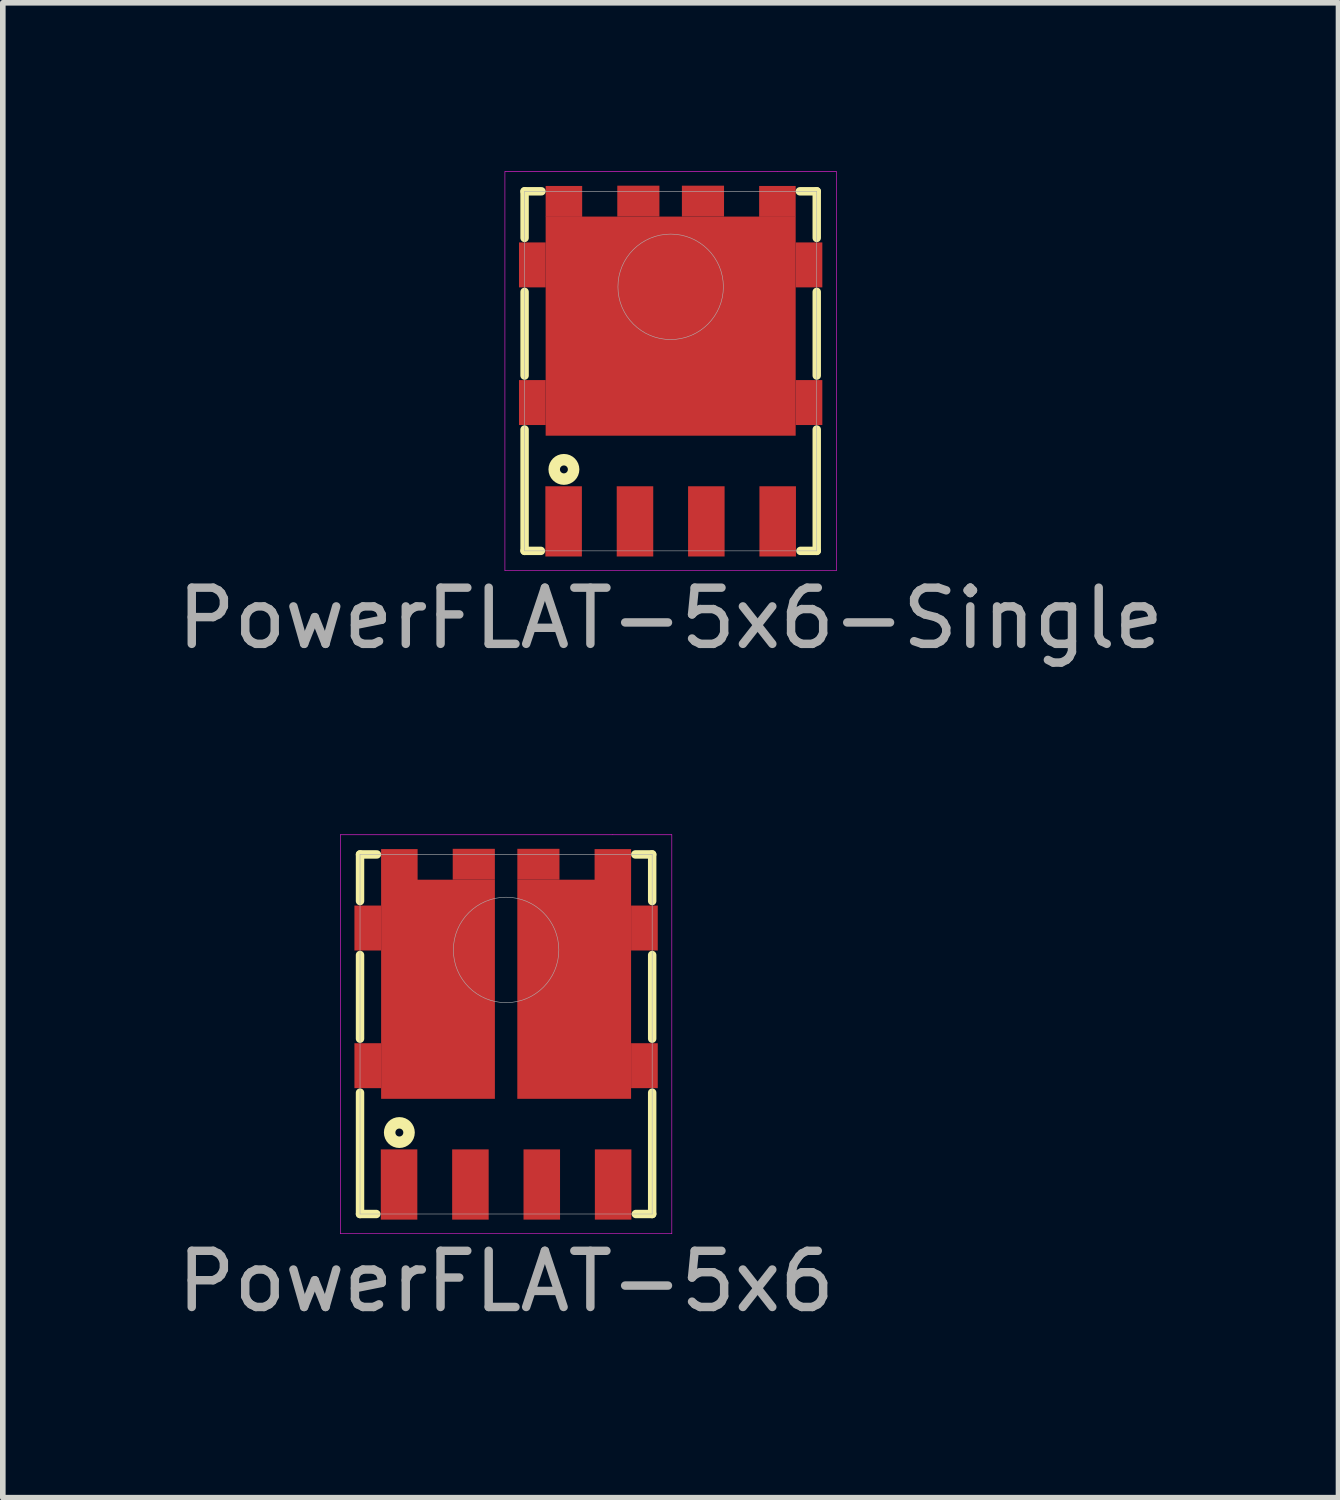
<source format=kicad_pcb>
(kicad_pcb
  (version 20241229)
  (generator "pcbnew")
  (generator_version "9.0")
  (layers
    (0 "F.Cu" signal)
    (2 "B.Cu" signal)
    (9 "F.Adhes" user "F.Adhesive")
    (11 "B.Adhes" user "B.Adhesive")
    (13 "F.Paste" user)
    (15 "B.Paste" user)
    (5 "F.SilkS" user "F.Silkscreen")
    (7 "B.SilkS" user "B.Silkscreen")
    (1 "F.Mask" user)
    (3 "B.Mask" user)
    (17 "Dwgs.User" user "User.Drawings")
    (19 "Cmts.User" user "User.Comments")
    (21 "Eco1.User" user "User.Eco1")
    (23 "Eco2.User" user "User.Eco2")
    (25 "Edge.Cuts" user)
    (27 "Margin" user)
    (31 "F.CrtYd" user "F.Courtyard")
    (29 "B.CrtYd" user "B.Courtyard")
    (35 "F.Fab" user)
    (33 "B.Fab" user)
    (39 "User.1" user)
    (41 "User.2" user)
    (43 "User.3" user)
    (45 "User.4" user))
  (footprint "PowerFLAT-5x6"
    (layer "F.Cu")
    (at 5.958 15.358)
    (property "Reference" "PowerFLAT-5x6" (at 0 4.4 0) (layer "F.Fab") (effects (font (size 1 1) (thickness 0.15))))
    (attr through_hole)
    (fp_line (start -2.6 -3.2) (end -2.6 -2.37) (stroke (width 0.15) (type solid)) (layer "F.SilkS"))
    (fp_line (start -2.6 -1.41) (end -2.6 0.08) (stroke (width 0.15) (type solid)) (layer "F.SilkS"))
    (fp_line (start -2.6 1.04) (end -2.6 3.2) (stroke (width 0.15) (type solid)) (layer "F.SilkS"))
    (fp_line (start -2.6 3.2) (end -2.31 3.2) (stroke (width 0.15) (type solid)) (layer "F.SilkS"))
    (fp_line (start -2.3 -3.2) (end -2.6 -3.2) (stroke (width 0.15) (type solid)) (layer "F.SilkS"))
    (fp_line (start 2.6 -3.2) (end 2.3 -3.2) (stroke (width 0.15) (type solid)) (layer "F.SilkS"))
    (fp_line (start 2.6 -2.37) (end 2.6 -3.2) (stroke (width 0.15) (type solid)) (layer "F.SilkS"))
    (fp_line (start 2.6 0.08) (end 2.6 -1.41) (stroke (width 0.15) (type solid)) (layer "F.SilkS"))
    (fp_line (start 2.6 1.04) (end 2.6 3.2) (stroke (width 0.15) (type solid)) (layer "F.SilkS"))
    (fp_line (start 2.6 3.2) (end 2.31 3.2) (stroke (width 0.15) (type solid)) (layer "F.SilkS"))
    (fp_circle (center -1.9 1.75) (end -1.85 1.8) (stroke (width 0.15) (type solid)) (fill no) (layer "F.SilkS"))
    (fp_circle (center -1.9 1.75) (end -1.7 1.75) (stroke (width 0.15) (type solid)) (fill no) (layer "F.SilkS"))
    (fp_line (start -2.95 -3.55) (end 1.9 -3.55) (stroke (width 0.01) (type solid)) (layer "F.CrtYd"))
    (fp_line (start -2.95 3.55) (end -2.95 -3.55) (stroke (width 0.01) (type solid)) (layer "F.CrtYd"))
    (fp_line (start 1.9 -3.55) (end 2.95 -3.55) (stroke (width 0.01) (type solid)) (layer "F.CrtYd"))
    (fp_line (start 2.95 -3.55) (end 2.95 3.55) (stroke (width 0.01) (type solid)) (layer "F.CrtYd"))
    (fp_line (start 2.95 3.55) (end -2.95 3.55) (stroke (width 0.01) (type solid)) (layer "F.CrtYd"))
    (fp_line (start -2.6 -3.2) (end 2.6 -3.2) (stroke (width 0.01) (type solid)) (layer "F.Fab"))
    (fp_line (start -2.6 3.2) (end -2.6 -3.2) (stroke (width 0.01) (type solid)) (layer "F.Fab"))
    (fp_line (start 2.6 -3.2) (end 2.6 3.2) (stroke (width 0.01) (type solid)) (layer "F.Fab"))
    (fp_line (start 2.6 3.2) (end -2.6 3.2) (stroke (width 0.01) (type solid)) (layer "F.Fab"))
    (fp_circle (center 0 -1.5) (end 0.7 -2.125) (stroke (width 0.01) (type solid)) (fill no) (layer "F.Fab"))
    (pad "D1" smd rect (at 0.575 -3.025) (size 0.75 0.55) (layers "F.Cu" "F.Mask" "F.Paste"))
    (pad "D1" smd rect (at 1.212 -0.8) (size 2.025 3.9) (layers "F.Cu" "F.Mask" "F.Paste"))
    (pad "D1" smd rect (at 1.9 -3.02) (size 0.65 0.55) (layers "F.Cu" "F.Mask" "F.Paste"))
    (pad "D1" smd rect (at 2.462 -1.89) (size 0.475 0.8) (layers "F.Cu" "F.Mask" "F.Paste"))
    (pad "D1" smd rect (at 2.462 0.56) (size 0.475 0.8) (layers "F.Cu" "F.Mask" "F.Paste"))
    (pad "D2" smd rect (at -2.462 -1.89) (size 0.475 0.8) (layers "F.Cu" "F.Mask" "F.Paste"))
    (pad "D2" smd rect (at -2.462 0.56) (size 0.475 0.8) (layers "F.Cu" "F.Mask" "F.Paste"))
    (pad "D2" smd rect (at -1.9 -3.02) (size 0.65 0.55) (layers "F.Cu" "F.Mask" "F.Paste"))
    (pad "D2" smd rect (at -1.212 -0.8) (size 2.025 3.9) (layers "F.Cu" "F.Mask" "F.Paste"))
    (pad "D2" smd rect (at -0.575 -3.025) (size 0.75 0.55) (layers "F.Cu" "F.Mask" "F.Paste"))
    (pad "G1" smd rect (at 1.905 2.675) (size 0.65 1.25) (layers "F.Cu" "F.Mask" "F.Paste"))
    (pad "G2" smd rect (at -0.635 2.675) (size 0.65 1.25) (layers "F.Cu" "F.Mask" "F.Paste"))
    (pad "S1" smd rect (at 0.635 2.675) (size 0.65 1.25) (layers "F.Cu" "F.Mask" "F.Paste"))
    (pad "S2" smd rect (at -1.905 2.675) (size 0.65 1.25) (layers "F.Cu" "F.Mask" "F.Paste")))
  (footprint "PowerFLAT-5x6-Single"
    (layer "F.Cu")
    (at 8.887 3.555)
    (property "Reference" "PowerFLAT-5x6-Single" (at 0 4.4 0) (layer "F.Fab") (effects (font (size 1 1) (thickness 0.15))))
    (attr through_hole)
    (fp_line (start -2.6 -3.2) (end -2.6 -2.37) (stroke (width 0.15) (type solid)) (layer "F.SilkS"))
    (fp_line (start -2.6 -1.41) (end -2.6 0.08) (stroke (width 0.15) (type solid)) (layer "F.SilkS"))
    (fp_line (start -2.6 1.04) (end -2.6 3.2) (stroke (width 0.15) (type solid)) (layer "F.SilkS"))
    (fp_line (start -2.6 3.2) (end -2.31 3.2) (stroke (width 0.15) (type solid)) (layer "F.SilkS"))
    (fp_line (start -2.3 -3.2) (end -2.6 -3.2) (stroke (width 0.15) (type solid)) (layer "F.SilkS"))
    (fp_line (start 2.6 -3.2) (end 2.3 -3.2) (stroke (width 0.15) (type solid)) (layer "F.SilkS"))
    (fp_line (start 2.6 -2.37) (end 2.6 -3.2) (stroke (width 0.15) (type solid)) (layer "F.SilkS"))
    (fp_line (start 2.6 0.08) (end 2.6 -1.41) (stroke (width 0.15) (type solid)) (layer "F.SilkS"))
    (fp_line (start 2.6 1.04) (end 2.6 3.2) (stroke (width 0.15) (type solid)) (layer "F.SilkS"))
    (fp_line (start 2.6 3.2) (end 2.31 3.2) (stroke (width 0.15) (type solid)) (layer "F.SilkS"))
    (fp_circle (center -1.9 1.75) (end -1.85 1.8) (stroke (width 0.15) (type solid)) (fill no) (layer "F.SilkS"))
    (fp_circle (center -1.9 1.75) (end -1.7 1.75) (stroke (width 0.15) (type solid)) (fill no) (layer "F.SilkS"))
    (fp_line (start -2.95 -3.55) (end 1.9 -3.55) (stroke (width 0.01) (type solid)) (layer "F.CrtYd"))
    (fp_line (start -2.95 3.55) (end -2.95 -3.55) (stroke (width 0.01) (type solid)) (layer "F.CrtYd"))
    (fp_line (start 1.9 -3.55) (end 2.95 -3.55) (stroke (width 0.01) (type solid)) (layer "F.CrtYd"))
    (fp_line (start 2.95 -3.55) (end 2.95 3.55) (stroke (width 0.01) (type solid)) (layer "F.CrtYd"))
    (fp_line (start 2.95 3.55) (end -2.95 3.55) (stroke (width 0.01) (type solid)) (layer "F.CrtYd"))
    (fp_line (start -2.6 -3.2) (end 2.6 -3.2) (stroke (width 0.01) (type solid)) (layer "F.Fab"))
    (fp_line (start -2.6 3.2) (end -2.6 -3.2) (stroke (width 0.01) (type solid)) (layer "F.Fab"))
    (fp_line (start 2.6 -3.2) (end 2.6 3.2) (stroke (width 0.01) (type solid)) (layer "F.Fab"))
    (fp_line (start 2.6 3.2) (end -2.6 3.2) (stroke (width 0.01) (type solid)) (layer "F.Fab"))
    (fp_circle (center 0 -1.5) (end 0.7 -2.125) (stroke (width 0.01) (type solid)) (fill no) (layer "F.Fab"))
    (pad "D" smd rect (at -2.462 -1.89) (size 0.475 0.8) (layers "F.Cu" "F.Mask" "F.Paste"))
    (pad "D" smd rect (at -2.462 0.56) (size 0.475 0.8) (layers "F.Cu" "F.Mask" "F.Paste"))
    (pad "D" smd rect (at -1.9 -3.02) (size 0.65 0.55) (layers "F.Cu" "F.Mask" "F.Paste"))
    (pad "D" smd rect (at -0.575 -3.025) (size 0.75 0.55) (layers "F.Cu" "F.Mask" "F.Paste"))
    (pad "D" smd rect (at 0 -0.8) (size 4.45 3.9) (layers "F.Cu" "F.Mask" "F.Paste"))
    (pad "D" smd rect (at 0.575 -3.025) (size 0.75 0.55) (layers "F.Cu" "F.Mask" "F.Paste"))
    (pad "D" smd rect (at 1.9 -3.02) (size 0.65 0.55) (layers "F.Cu" "F.Mask" "F.Paste"))
    (pad "D" smd rect (at 2.462 -1.89) (size 0.475 0.8) (layers "F.Cu" "F.Mask" "F.Paste"))
    (pad "D" smd rect (at 2.462 0.56) (size 0.475 0.8) (layers "F.Cu" "F.Mask" "F.Paste"))
    (pad "G" smd rect (at 1.905 2.675) (size 0.65 1.25) (layers "F.Cu" "F.Mask" "F.Paste"))
    (pad "S" smd rect (at -1.905 2.675) (size 0.65 1.25) (layers "F.Cu" "F.Mask" "F.Paste"))
    (pad "S" smd rect (at -0.635 2.675) (size 0.65 1.25) (layers "F.Cu" "F.Mask" "F.Paste"))
    (pad "S" smd rect (at 0.635 2.675) (size 0.65 1.25) (layers "F.Cu" "F.Mask" "F.Paste")))
  (gr_rect
    (start -3 -3)
    (end 20.774 23.607)
    (stroke (width 0.1) (type default))
    (fill no)
    (layer "Edge.Cuts")))
</source>
